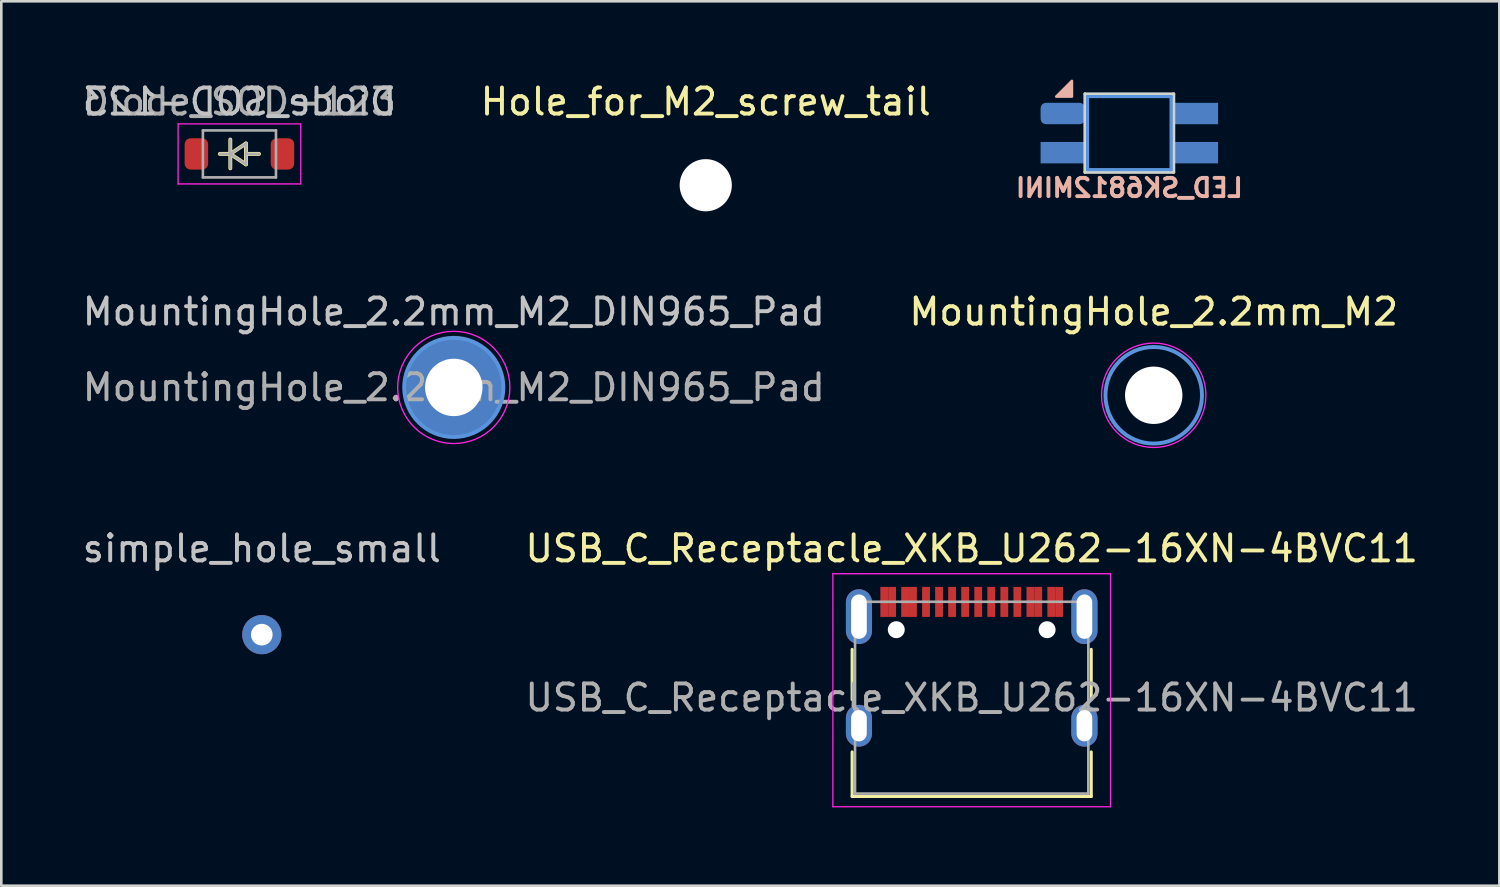
<source format=kicad_pcb>
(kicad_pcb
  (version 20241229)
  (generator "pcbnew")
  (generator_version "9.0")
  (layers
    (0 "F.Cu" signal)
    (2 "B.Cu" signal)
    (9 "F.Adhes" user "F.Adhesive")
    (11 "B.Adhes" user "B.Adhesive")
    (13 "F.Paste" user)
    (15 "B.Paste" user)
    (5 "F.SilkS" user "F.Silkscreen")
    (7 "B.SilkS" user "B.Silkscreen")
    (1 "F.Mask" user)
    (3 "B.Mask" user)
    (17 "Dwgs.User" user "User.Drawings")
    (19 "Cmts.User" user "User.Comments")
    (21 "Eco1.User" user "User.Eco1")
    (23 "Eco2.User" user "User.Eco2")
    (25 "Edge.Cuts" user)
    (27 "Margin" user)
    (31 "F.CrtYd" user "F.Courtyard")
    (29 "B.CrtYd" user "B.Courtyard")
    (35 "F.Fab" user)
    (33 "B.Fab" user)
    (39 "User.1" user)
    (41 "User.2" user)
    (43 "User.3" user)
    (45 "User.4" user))
  (footprint "LED_SK6812MINI"
    (layer "F.Cu")
    (at 40.226 2.05)
    (property "Reference" "LED_SK6812MINI" (at 0 2.1 0) (unlocked yes) (layer "B.SilkS") (effects (font (size 0.7 0.7) (thickness 0.15)) (justify mirror)))
    (attr through_hole)
    (fp_poly (pts (xy -2.8 -1.4) (xy -2.2 -1.4) (xy -2.2 -2)) (stroke (width 0.1) (type solid)) (fill yes) (layer "B.SilkS"))
    (fp_line (start -1.6 -1.4) (end -1.6 1.4) (stroke (width 0.12) (type solid)) (layer "Cmts.User"))
    (fp_line (start -1.6 1.4) (end 1.6 1.4) (stroke (width 0.12) (type solid)) (layer "Cmts.User"))
    (fp_line (start 1.6 -1.4) (end -1.6 -1.4) (stroke (width 0.12) (type solid)) (layer "Cmts.User"))
    (fp_line (start 1.6 1.4) (end 1.6 -1.4) (stroke (width 0.12) (type solid)) (layer "Cmts.User"))
    (fp_line (start -1.7 -1.5) (end -1.7 1.5) (stroke (width 0.12) (type solid)) (layer "Edge.Cuts"))
    (fp_line (start -1.7 1.5) (end 1.7 1.5) (stroke (width 0.12) (type solid)) (layer "Edge.Cuts"))
    (fp_line (start 1.7 -1.5) (end -1.7 -1.5) (stroke (width 0.12) (type solid)) (layer "Edge.Cuts"))
    (fp_line (start 1.7 1.5) (end 1.7 -1.5) (stroke (width 0.12) (type solid)) (layer "Edge.Cuts"))
    (pad "1" smd rect (at 2.55 0.75) (size 1.7 0.82) (layers "B.Cu" "B.Mask" "B.Paste"))
    (pad "2" smd rect (at 2.55 -0.75) (size 1.7 0.82) (layers "B.Cu" "B.Mask" "B.Paste"))
    (pad "3" smd roundrect (at -2.55 -0.75) (size 1.7 0.82) (layers "B.Cu" "B.Mask" "B.Paste") (roundrect_rratio 0.25))
    (pad "4" smd rect (at -2.55 0.75) (size 1.7 0.82) (layers "B.Cu" "B.Mask" "B.Paste")))
  (footprint "MountingHole_2.2mm_M2"
    (layer "F.Cu")
    (at 41.161 12.097)
    (property "Reference" "MountingHole_2.2mm_M2" (at 0 -3.2 0) (layer "F.SilkS") (effects (font (size 1 1) (thickness 0.15))))
    (attr exclude_from_pos_files exclude_from_bom)
    (fp_circle (center 0 0) (end 1.85 0) (stroke (width 0.15) (type solid)) (fill no) (layer "Cmts.User"))
    (fp_circle (center 0 0) (end 2 0) (stroke (width 0.05) (type solid)) (fill no) (layer "F.CrtYd"))
    (pad "" np_thru_hole circle (at 0 0) (size 2.2 2.2) (drill 2.2) (layers "*.Cu" "*.Mask")))
  (footprint "Diode_SOD-123"
    (layer "F.Cu")
    (at 6.125 2.848)
    (property "Reference" "Diode_SOD-123" (at 0 -2 0) (layer "Dwgs.User") (effects (font (size 1 1) (thickness 0.15)) (justify mirror)))
    (attr smd)
    (fp_line (start -0.75 0) (end -0.35 0) (stroke (width 0.15) (type solid)) (layer "F.SilkS"))
    (fp_line (start -0.35 0) (end -0.35 -0.55) (stroke (width 0.15) (type solid)) (layer "F.SilkS"))
    (fp_line (start -0.35 0) (end -0.35 0.55) (stroke (width 0.15) (type solid)) (layer "F.SilkS"))
    (fp_line (start -0.35 0) (end 0.25 -0.4) (stroke (width 0.15) (type solid)) (layer "F.SilkS"))
    (fp_line (start 0.25 -0.4) (end 0.25 0.4) (stroke (width 0.15) (type solid)) (layer "F.SilkS"))
    (fp_line (start 0.25 0) (end 0.75 0) (stroke (width 0.15) (type solid)) (layer "F.SilkS"))
    (fp_line (start 0.25 0.4) (end -0.35 0) (stroke (width 0.15) (type solid)) (layer "F.SilkS"))
    (fp_line (start -2.35 -1.15) (end -2.35 1.15) (stroke (width 0.05) (type solid)) (layer "F.CrtYd"))
    (fp_line (start -2.35 -1.15) (end 2.35 -1.15) (stroke (width 0.05) (type solid)) (layer "F.CrtYd"))
    (fp_line (start 2.35 -1.15) (end 2.35 1.15) (stroke (width 0.05) (type solid)) (layer "F.CrtYd"))
    (fp_line (start 2.35 1.15) (end -2.35 1.15) (stroke (width 0.05) (type solid)) (layer "F.CrtYd"))
    (fp_line (start -1.4 -0.9) (end 1.4 -0.9) (stroke (width 0.1) (type solid)) (layer "F.Fab"))
    (fp_line (start -1.4 0.9) (end -1.4 -0.9) (stroke (width 0.1) (type solid)) (layer "F.Fab"))
    (fp_line (start -0.75 0) (end -0.35 0) (stroke (width 0.1) (type solid)) (layer "F.Fab"))
    (fp_line (start -0.35 0) (end -0.35 -0.55) (stroke (width 0.1) (type solid)) (layer "F.Fab"))
    (fp_line (start -0.35 0) (end -0.35 0.55) (stroke (width 0.1) (type solid)) (layer "F.Fab"))
    (fp_line (start -0.35 0) (end 0.25 -0.4) (stroke (width 0.1) (type solid)) (layer "F.Fab"))
    (fp_line (start 0.25 -0.4) (end 0.25 0.4) (stroke (width 0.1) (type solid)) (layer "F.Fab"))
    (fp_line (start 0.25 0) (end 0.75 0) (stroke (width 0.1) (type solid)) (layer "F.Fab"))
    (fp_line (start 0.25 0.4) (end -0.35 0) (stroke (width 0.1) (type solid)) (layer "F.Fab"))
    (fp_line (start 1.4 -0.9) (end 1.4 0.9) (stroke (width 0.1) (type solid)) (layer "F.Fab"))
    (fp_line (start 1.4 0.9) (end -1.4 0.9) (stroke (width 0.1) (type solid)) (layer "F.Fab"))
    (fp_text user "${REFERENCE}" (at 0 -2 0) (layer "F.Fab") (effects (font (size 1 1) (thickness 0.15))))
    (pad "1" smd roundrect (at -1.65 0) (size 0.9 1.2) (layers "F.Cu" "F.Mask" "F.Paste") (roundrect_rratio 0.25))
    (pad "2" smd roundrect (at 1.65 0) (size 0.9 1.2) (layers "F.Cu" "F.Mask" "F.Paste") (roundrect_rratio 0.25)))
  (footprint "MountingHole_2.2mm_M2_DIN965_Pad"
    (layer "F.Cu")
    (at 14.339 11.796)
    (property "Reference" "MountingHole_2.2mm_M2_DIN965_Pad" (at 0 -2.9 0) (layer "Dwgs.User") (effects (font (size 1 1) (thickness 0.15))))
    (attr exclude_from_pos_files exclude_from_bom)
    (fp_circle (center 0 0) (end 1.9 0) (stroke (width 0.15) (type solid)) (fill no) (layer "Cmts.User"))
    (fp_circle (center 0 0) (end 2.15 0) (stroke (width 0.05) (type solid)) (fill no) (layer "F.CrtYd"))
    (fp_text user "${REFERENCE}" (at 0 0 0) (layer "F.Fab") (effects (font (size 1 1) (thickness 0.15))))
    (pad "1" thru_hole circle (at 0 0) (size 3.8 3.8) (drill 2.2) (layers "*.Cu" "*.Mask")))
  (footprint "Hole_for_M2_screw_tail"
    (layer "F.Cu")
    (at 23.994 4.048)
    (property "Reference" "Hole_for_M2_screw_tail" (at 0 -3.2 0) (layer "F.SilkS") (effects (font (size 1 1) (thickness 0.15))))
    (attr exclude_from_pos_files exclude_from_bom)
    (pad "" np_thru_hole circle (at 0 0) (size 2 2) (drill 2) (layers "*.Cu" "*.Mask")))
  (footprint "USB_C_Receptacle_XKB_U262-16XN-4BVC11"
    (layer "F.Cu")
    (at 34.185 23.685)
    (property "Reference" "USB_C_Receptacle_XKB_U262-16XN-4BVC11" (at 0 -5.715 180) (layer "F.SilkS") (effects (font (size 1 1) (thickness 0.15))))
    (attr smd)
    (fp_line (start -4.58 -1.85) (end -4.58 0.07) (stroke (width 0.12) (type solid)) (layer "F.SilkS"))
    (fp_line (start -4.58 3.785) (end -4.58 2.08) (stroke (width 0.12) (type solid)) (layer "F.SilkS"))
    (fp_line (start 4.58 0.07) (end 4.58 -1.85) (stroke (width 0.12) (type solid)) (layer "F.SilkS"))
    (fp_line (start 4.58 2.08) (end 4.58 3.785) (stroke (width 0.12) (type solid)) (layer "F.SilkS"))
    (fp_line (start 4.58 3.785) (end -4.58 3.785) (stroke (width 0.12) (type solid)) (layer "F.SilkS"))
    (fp_line (start -5.32 -4.75) (end 5.32 -4.75) (stroke (width 0.05) (type solid)) (layer "F.CrtYd"))
    (fp_line (start -5.32 4.18) (end -5.32 -4.75) (stroke (width 0.05) (type solid)) (layer "F.CrtYd"))
    (fp_line (start 5.32 -4.75) (end 5.32 4.18) (stroke (width 0.05) (type solid)) (layer "F.CrtYd"))
    (fp_line (start 5.32 4.18) (end -5.32 4.18) (stroke (width 0.05) (type solid)) (layer "F.CrtYd"))
    (fp_line (start -4.47 -3.675) (end -4.47 3.675) (stroke (width 0.1) (type solid)) (layer "F.Fab"))
    (fp_line (start -4.47 -3.675) (end 4.47 -3.675) (stroke (width 0.1) (type solid)) (layer "F.Fab"))
    (fp_line (start -4.47 3.675) (end 4.47 3.675) (stroke (width 0.1) (type solid)) (layer "F.Fab"))
    (fp_line (start 4.47 3.675) (end 4.47 -3.675) (stroke (width 0.1) (type solid)) (layer "F.Fab"))
    (fp_text user "${REFERENCE}" (at 0 0 180) (layer "F.Fab") (effects (font (size 1 1) (thickness 0.15))))
    (pad "" np_thru_hole circle (at -2.89 -2.605) (size 0.65 0.65) (drill 0.65) (layers "*.Cu" "*.Mask"))
    (pad "" np_thru_hole circle (at 2.89 -2.605) (size 0.65 0.65) (drill 0.65) (layers "*.Cu" "*.Mask"))
    (pad "A1" smd rect (at -3.35 -3.67) (size 0.3 1.15) (layers "F.Cu" "F.Mask" "F.Paste"))
    (pad "A4" smd rect (at -2.55 -3.67) (size 0.3 1.15) (layers "F.Cu" "F.Mask" "F.Paste"))
    (pad "A5" smd rect (at -1.25 -3.67) (size 0.3 1.15) (layers "F.Cu" "F.Mask" "F.Paste"))
    (pad "A6" smd rect (at -0.25 -3.67) (size 0.3 1.15) (layers "F.Cu" "F.Mask" "F.Paste"))
    (pad "A7" smd rect (at 0.25 -3.67) (size 0.3 1.15) (layers "F.Cu" "F.Mask" "F.Paste"))
    (pad "A8" smd rect (at 1.25 -3.67) (size 0.3 1.15) (layers "F.Cu" "F.Mask" "F.Paste"))
    (pad "A9" smd rect (at 2.55 -3.67) (size 0.3 1.15) (layers "F.Cu" "F.Mask" "F.Paste"))
    (pad "A12" smd rect (at 3.35 -3.67) (size 0.3 1.15) (layers "F.Cu" "F.Mask" "F.Paste"))
    (pad "B1" smd rect (at 3.05 -3.67) (size 0.3 1.15) (layers "F.Cu" "F.Mask" "F.Paste"))
    (pad "B4" smd rect (at 2.25 -3.67) (size 0.3 1.15) (layers "F.Cu" "F.Mask" "F.Paste"))
    (pad "B5" smd rect (at 1.75 -3.67) (size 0.3 1.15) (layers "F.Cu" "F.Mask" "F.Paste"))
    (pad "B6" smd rect (at 0.75 -3.67) (size 0.3 1.15) (layers "F.Cu" "F.Mask" "F.Paste"))
    (pad "B7" smd rect (at -0.75 -3.67) (size 0.3 1.15) (layers "F.Cu" "F.Mask" "F.Paste"))
    (pad "B8" smd rect (at -1.75 -3.67) (size 0.3 1.15) (layers "F.Cu" "F.Mask" "F.Paste"))
    (pad "B9" smd rect (at -2.25 -3.67) (size 0.3 1.15) (layers "F.Cu" "F.Mask" "F.Paste"))
    (pad "B12" smd rect (at -3.05 -3.67) (size 0.3 1.15) (layers "F.Cu" "F.Mask" "F.Paste"))
    (pad "S1" thru_hole oval (at -4.32 -3.105) (size 1 2.1) (drill oval 0.6 1.7) (layers "*.Cu" "*.Mask"))
    (pad "S1" thru_hole oval (at -4.32 1.075) (size 1 1.6) (drill oval 0.6 1.2) (layers "*.Cu" "*.Mask"))
    (pad "S1" thru_hole oval (at 4.32 -3.105) (size 1 2.1) (drill oval 0.6 1.7) (layers "*.Cu" "*.Mask"))
    (pad "S1" thru_hole oval (at 4.32 1.075) (size 1 1.6) (drill oval 0.6 1.2) (layers "*.Cu" "*.Mask")))
  (footprint "simple_hole_small"
    (layer "F.Cu")
    (at 6.982 21.27)
    (property "Reference" "simple_hole_small" (at 0 -3.3 0) (layer "Dwgs.User") (effects (font (size 1 1) (thickness 0.15))))
    (attr through_hole)
    (pad "1" thru_hole oval (at 0 0) (size 1.5 1.5) (drill 0.83) (layers "*.Cu" "*.Mask")))
  (gr_rect
    (start -3 -3)
    (end 54.405 30.89)
    (stroke (width 0.1) (type default))
    (fill no)
    (layer "Edge.Cuts")))
</source>
